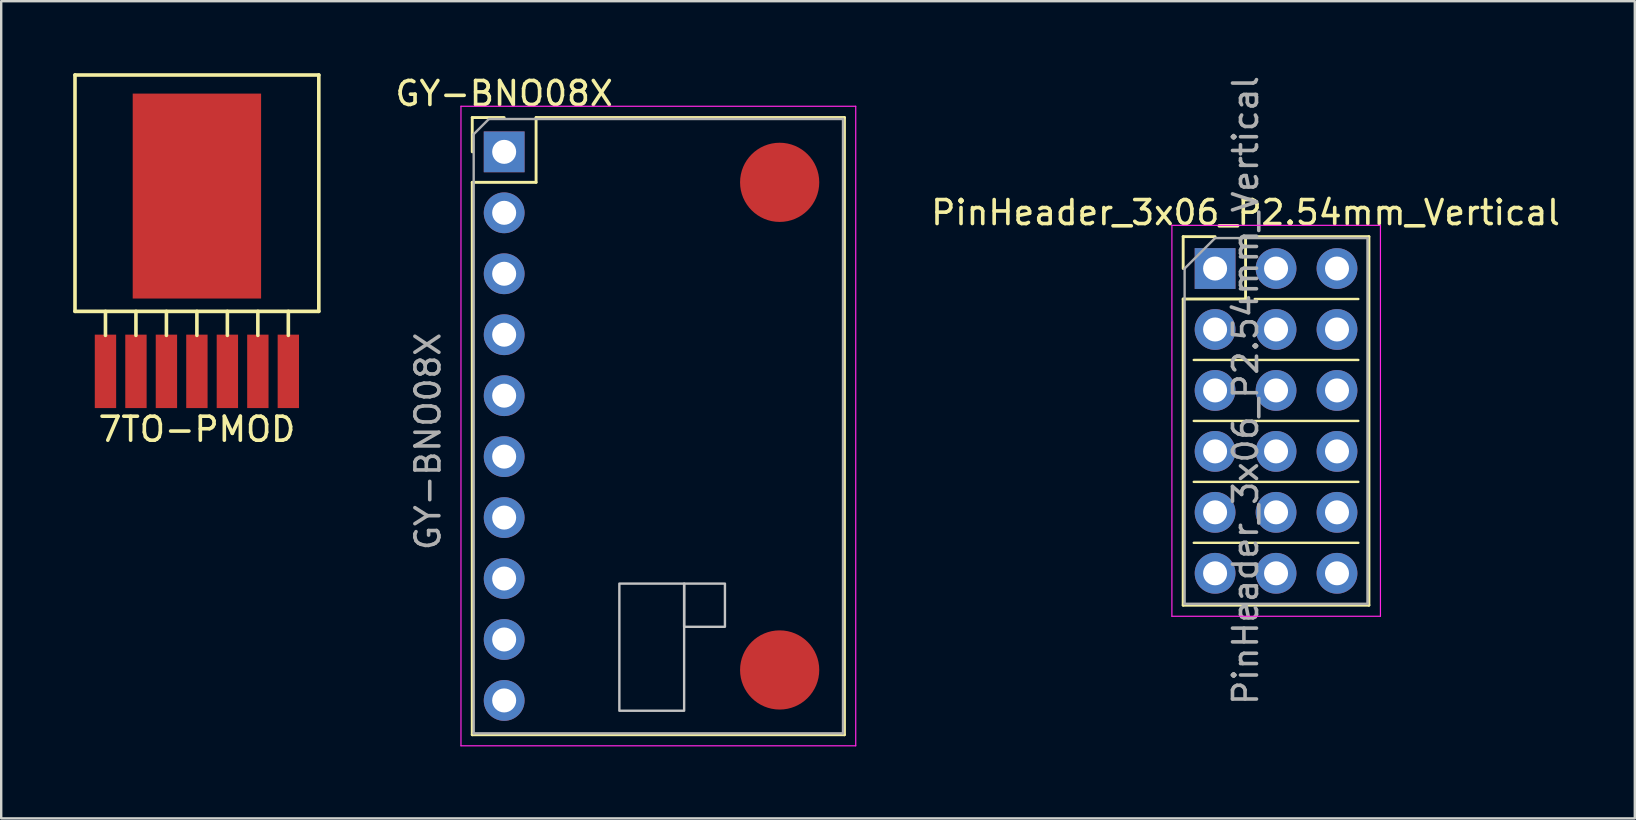
<source format=kicad_pcb>
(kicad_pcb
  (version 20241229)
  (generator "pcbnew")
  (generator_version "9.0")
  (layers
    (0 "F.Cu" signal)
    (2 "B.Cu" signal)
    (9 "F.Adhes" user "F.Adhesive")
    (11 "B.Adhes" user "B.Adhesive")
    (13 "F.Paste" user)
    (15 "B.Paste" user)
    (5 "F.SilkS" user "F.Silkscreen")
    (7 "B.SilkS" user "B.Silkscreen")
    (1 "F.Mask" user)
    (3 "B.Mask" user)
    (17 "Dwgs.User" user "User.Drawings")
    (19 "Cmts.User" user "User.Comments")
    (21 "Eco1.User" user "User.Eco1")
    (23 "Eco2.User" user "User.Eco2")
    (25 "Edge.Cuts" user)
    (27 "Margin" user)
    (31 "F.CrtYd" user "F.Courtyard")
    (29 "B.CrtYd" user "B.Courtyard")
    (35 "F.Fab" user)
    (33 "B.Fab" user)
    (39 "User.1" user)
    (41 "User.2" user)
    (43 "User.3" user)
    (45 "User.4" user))
  (footprint "7TO-PMOD"
    (layer "F.Cu")
    (at 5.155 12.425)
    (property "Reference" "7TO-PMOD" (at 0 2.413 0) (layer "F.SilkS") (effects (font (size 1 1) (thickness 0.15))))
    (attr through_hole)
    (fp_line (start -5.08 -12.35) (end 5.08 -12.35) (stroke (width 0.15) (type solid)) (layer "F.SilkS"))
    (fp_line (start -5.08 -2.5) (end -5.08 -12.35) (stroke (width 0.15) (type solid)) (layer "F.SilkS"))
    (fp_line (start -3.81 -2.5) (end -3.81 -1.5) (stroke (width 0.15) (type solid)) (layer "F.SilkS"))
    (fp_line (start -2.54 -2.5) (end -2.54 -1.5) (stroke (width 0.15) (type solid)) (layer "F.SilkS"))
    (fp_line (start -1.27 -2.5) (end -1.27 -1.5) (stroke (width 0.15) (type solid)) (layer "F.SilkS"))
    (fp_line (start 0 -2.5) (end 0 -1.5) (stroke (width 0.15) (type solid)) (layer "F.SilkS"))
    (fp_line (start 1.27 -2.5) (end 1.27 -1.5) (stroke (width 0.15) (type solid)) (layer "F.SilkS"))
    (fp_line (start 2.54 -2.5) (end 2.54 -1.5) (stroke (width 0.15) (type solid)) (layer "F.SilkS"))
    (fp_line (start 3.81 -2.5) (end 3.81 -1.5) (stroke (width 0.15) (type solid)) (layer "F.SilkS"))
    (fp_line (start 5.08 -2.5) (end -5.08 -2.5) (stroke (width 0.15) (type solid)) (layer "F.SilkS"))
    (fp_line (start 5.08 -2.5) (end 5.08 -12.35) (stroke (width 0.15) (type solid)) (layer "F.SilkS"))
    (pad "1" smd rect (at -3.81 0) (size 0.89 3.06) (layers "F.Cu" "F.Mask" "F.Paste"))
    (pad "2" smd rect (at -2.54 0) (size 0.89 3.06) (layers "F.Cu" "F.Mask" "F.Paste"))
    (pad "3" smd rect (at -1.27 0) (size 0.89 3.06) (layers "F.Cu" "F.Mask" "F.Paste"))
    (pad "4" smd rect (at 0 0) (size 0.89 3.06) (layers "F.Cu" "F.Mask" "F.Paste"))
    (pad "5" smd rect (at 1.27 0) (size 0.89 3.06) (layers "F.Cu" "F.Mask" "F.Paste"))
    (pad "6" smd rect (at 2.54 0) (size 0.89 3.06) (layers "F.Cu" "F.Mask" "F.Paste"))
    (pad "7" smd rect (at 3.81 0) (size 0.89 3.06) (layers "F.Cu" "F.Mask" "F.Paste"))
    (pad "8" smd rect (at 0 -7.305) (size 5.35 8.54) (layers "F.Cu" "F.Mask" "F.Paste")))
  (footprint "GY-BNO08X"
    (layer "F.Cu")
    (at 17.959 3.278)
    (property "Reference" "GY-BNO08X" (at 0 -2.43 0) (layer "F.SilkS") (effects (font (size 1 1) (thickness 0.15))))
    (attr through_hole)
    (fp_line (start -1.33 -1.43) (end 0 -1.43) (stroke (width 0.12) (type solid)) (layer "F.SilkS"))
    (fp_line (start -1.33 0) (end -1.33 -1.43) (stroke (width 0.12) (type solid)) (layer "F.SilkS"))
    (fp_line (start -1.33 1.27) (end -1.33 24.29) (stroke (width 0.12) (type solid)) (layer "F.SilkS"))
    (fp_line (start -1.33 1.27) (end 1.33 1.27) (stroke (width 0.12) (type solid)) (layer "F.SilkS"))
    (fp_line (start -1.33 24.29) (end 14.18 24.29) (stroke (width 0.12) (type solid)) (layer "F.SilkS"))
    (fp_line (start 1.33 -1.43) (end 14.18 -1.43) (stroke (width 0.12) (type default)) (layer "F.SilkS"))
    (fp_line (start 1.33 1.27) (end 1.33 -1.43) (stroke (width 0.12) (type default)) (layer "F.SilkS"))
    (fp_line (start 14.18 -1.43) (end 14.18 24.29) (stroke (width 0.12) (type solid)) (layer "F.SilkS"))
    (fp_rect (start 4.8 17.99) (end 7.5 23.29) (stroke (width 0.1) (type solid)) (fill no) (layer "Dwgs.User"))
    (fp_rect (start 7.5 17.99) (end 9.2 19.79) (stroke (width 0.1) (type solid)) (fill no) (layer "Dwgs.User"))
    (fp_line (start -1.8 -1.9) (end -1.8 24.75) (stroke (width 0.05) (type solid)) (layer "F.CrtYd"))
    (fp_line (start -1.8 24.75) (end 14.65 24.75) (stroke (width 0.05) (type solid)) (layer "F.CrtYd"))
    (fp_line (start 14.65 -1.9) (end -1.8 -1.9) (stroke (width 0.05) (type solid)) (layer "F.CrtYd"))
    (fp_line (start 14.65 24.75) (end 14.65 -1.9) (stroke (width 0.05) (type solid)) (layer "F.CrtYd"))
    (fp_line (start -1.27 -0.735) (end -0.635 -1.37) (stroke (width 0.1) (type solid)) (layer "F.Fab"))
    (fp_line (start -1.27 24.23) (end -1.27 -0.735) (stroke (width 0.1) (type solid)) (layer "F.Fab"))
    (fp_line (start -0.635 -1.37) (end 14.12 -1.37) (stroke (width 0.1) (type solid)) (layer "F.Fab"))
    (fp_line (start 14.12 -1.37) (end 14.12 24.23) (stroke (width 0.1) (type solid)) (layer "F.Fab"))
    (fp_line (start 14.12 24.23) (end -1.27 24.23) (stroke (width 0.1) (type solid)) (layer "F.Fab"))
    (fp_text user "${REFERENCE}" (at -3.175 12.065 90) (layer "F.Fab") (effects (font (size 1 1) (thickness 0.15))))
    (pad "" smd circle (at 11.48 1.27) (size 3.3 3.3) (layers "F.Cu" "F.Mask" "F.Paste"))
    (pad "" smd circle (at 11.48 21.59) (size 3.3 3.3) (layers "F.Cu" "F.Mask" "F.Paste"))
    (pad "1" thru_hole rect (at 0 0) (size 1.7 1.7) (drill 1) (layers "*.Cu" "*.Mask"))
    (pad "2" thru_hole oval (at 0 2.54) (size 1.7 1.7) (drill 1) (layers "*.Cu" "*.Mask"))
    (pad "3" thru_hole oval (at 0 5.08) (size 1.7 1.7) (drill 1) (layers "*.Cu" "*.Mask"))
    (pad "4" thru_hole oval (at 0 7.62) (size 1.7 1.7) (drill 1) (layers "*.Cu" "*.Mask"))
    (pad "5" thru_hole oval (at 0 10.16) (size 1.7 1.7) (drill 1) (layers "*.Cu" "*.Mask"))
    (pad "6" thru_hole oval (at 0 12.7) (size 1.7 1.7) (drill 1) (layers "*.Cu" "*.Mask"))
    (pad "7" thru_hole oval (at 0 15.24) (size 1.7 1.7) (drill 1) (layers "*.Cu" "*.Mask"))
    (pad "8" thru_hole oval (at 0 17.78) (size 1.7 1.7) (drill 1) (layers "*.Cu" "*.Mask"))
    (pad "9" thru_hole oval (at 0 20.32) (size 1.7 1.7) (drill 1) (layers "*.Cu" "*.Mask"))
    (pad "10" thru_hole oval (at 0 22.86) (size 1.7 1.7) (drill 1) (layers "*.Cu" "*.Mask")))
  (footprint "PinHeader_3x06_P2.54mm_Vertical"
    (layer "F.Cu")
    (at 47.584 8.14)
    (property "Reference" "PinHeader_3x06_P2.54mm_Vertical" (at 1.27 -2.33 0) (layer "F.SilkS") (effects (font (size 1 1) (thickness 0.15))))
    (attr through_hole)
    (fp_line (start -1.33 -1.33) (end 0 -1.33) (stroke (width 0.12) (type solid)) (layer "F.SilkS"))
    (fp_line (start -1.33 0) (end -1.33 -1.33) (stroke (width 0.12) (type solid)) (layer "F.SilkS"))
    (fp_line (start -1.33 1.27) (end -1.33 14.03) (stroke (width 0.12) (type solid)) (layer "F.SilkS"))
    (fp_line (start -1.33 1.27) (end 1.27 1.27) (stroke (width 0.12) (type solid)) (layer "F.SilkS"))
    (fp_line (start -1.33 14.03) (end 6.41 14.03) (stroke (width 0.12) (type solid)) (layer "F.SilkS"))
    (fp_line (start 1.27 -1.33) (end 6.41 -1.33) (stroke (width 0.12) (type solid)) (layer "F.SilkS"))
    (fp_line (start 1.27 1.27) (end 1.27 -1.33) (stroke (width 0.12) (type solid)) (layer "F.SilkS"))
    (fp_line (start 1.651 1.27) (end 5.969 1.27) (stroke (width 0.1) (type default)) (layer "F.SilkS"))
    (fp_line (start 5.969 3.81) (end -0.889 3.81) (stroke (width 0.1) (type default)) (layer "F.SilkS"))
    (fp_line (start 5.969 6.35) (end -0.889 6.35) (stroke (width 0.1) (type default)) (layer "F.SilkS"))
    (fp_line (start 5.969 8.89) (end -0.889 8.89) (stroke (width 0.1) (type default)) (layer "F.SilkS"))
    (fp_line (start 5.969 11.43) (end -0.889 11.43) (stroke (width 0.1) (type default)) (layer "F.SilkS"))
    (fp_line (start 6.41 -1.33) (end 6.41 14.03) (stroke (width 0.12) (type solid)) (layer "F.SilkS"))
    (fp_line (start -1.8 -1.8) (end -1.8 14.49) (stroke (width 0.05) (type solid)) (layer "F.CrtYd"))
    (fp_line (start -1.8 14.49) (end 6.89 14.49) (stroke (width 0.05) (type solid)) (layer "F.CrtYd"))
    (fp_line (start 6.89 -1.8) (end -1.8 -1.8) (stroke (width 0.05) (type solid)) (layer "F.CrtYd"))
    (fp_line (start 6.89 14.49) (end 6.89 -1.8) (stroke (width 0.05) (type solid)) (layer "F.CrtYd"))
    (fp_line (start -1.27 0) (end 0 -1.27) (stroke (width 0.1) (type solid)) (layer "F.Fab"))
    (fp_line (start -1.27 13.97) (end -1.27 0) (stroke (width 0.1) (type solid)) (layer "F.Fab"))
    (fp_line (start 0 -1.27) (end 6.35 -1.27) (stroke (width 0.1) (type solid)) (layer "F.Fab"))
    (fp_line (start 6.35 -1.27) (end 6.35 13.97) (stroke (width 0.1) (type solid)) (layer "F.Fab"))
    (fp_line (start 6.35 13.97) (end -1.27 13.97) (stroke (width 0.1) (type solid)) (layer "F.Fab"))
    (fp_text user "${REFERENCE}" (at 1.27 5.08 90) (layer "F.Fab") (effects (font (size 1 1) (thickness 0.15))))
    (pad "1" thru_hole rect (at 0 0) (size 1.7 1.7) (drill 1) (layers "*.Cu" "*.Mask"))
    (pad "2" thru_hole oval (at 0 2.54) (size 1.7 1.7) (drill 1) (layers "*.Cu" "*.Mask"))
    (pad "3" thru_hole oval (at 0 5.08) (size 1.7 1.7) (drill 1) (layers "*.Cu" "*.Mask"))
    (pad "4" thru_hole oval (at 0 7.62) (size 1.7 1.7) (drill 1) (layers "*.Cu" "*.Mask"))
    (pad "5" thru_hole oval (at 0 10.16) (size 1.7 1.7) (drill 1) (layers "*.Cu" "*.Mask"))
    (pad "6" thru_hole oval (at 0 12.7) (size 1.7 1.7) (drill 1) (layers "*.Cu" "*.Mask"))
    (pad "7" thru_hole oval (at 2.54 0) (size 1.7 1.7) (drill 1) (layers "*.Cu" "*.Mask"))
    (pad "8" thru_hole oval (at 2.54 2.54) (size 1.7 1.7) (drill 1) (layers "*.Cu" "*.Mask"))
    (pad "9" thru_hole oval (at 2.54 5.08) (size 1.7 1.7) (drill 1) (layers "*.Cu" "*.Mask"))
    (pad "10" thru_hole oval (at 2.54 7.62) (size 1.7 1.7) (drill 1) (layers "*.Cu" "*.Mask"))
    (pad "11" thru_hole oval (at 2.54 10.16) (size 1.7 1.7) (drill 1) (layers "*.Cu" "*.Mask"))
    (pad "12" thru_hole oval (at 2.54 12.7) (size 1.7 1.7) (drill 1) (layers "*.Cu" "*.Mask"))
    (pad "13" thru_hole oval (at 5.08 0) (size 1.7 1.7) (drill 1) (layers "*.Cu" "*.Mask"))
    (pad "14" thru_hole oval (at 5.08 2.54) (size 1.7 1.7) (drill 1) (layers "*.Cu" "*.Mask"))
    (pad "15" thru_hole oval (at 5.08 5.08) (size 1.7 1.7) (drill 1) (layers "*.Cu" "*.Mask"))
    (pad "16" thru_hole oval (at 5.08 7.62) (size 1.7 1.7) (drill 1) (layers "*.Cu" "*.Mask"))
    (pad "17" thru_hole oval (at 5.08 10.16) (size 1.7 1.7) (drill 1) (layers "*.Cu" "*.Mask"))
    (pad "18" thru_hole oval (at 5.08 12.7) (size 1.7 1.7) (drill 1) (layers "*.Cu" "*.Mask")))
  (gr_rect
    (start -3 -3)
    (end 65.074 31.053)
    (stroke (width 0.1) (type default))
    (fill no)
    (layer "Edge.Cuts")))
</source>
